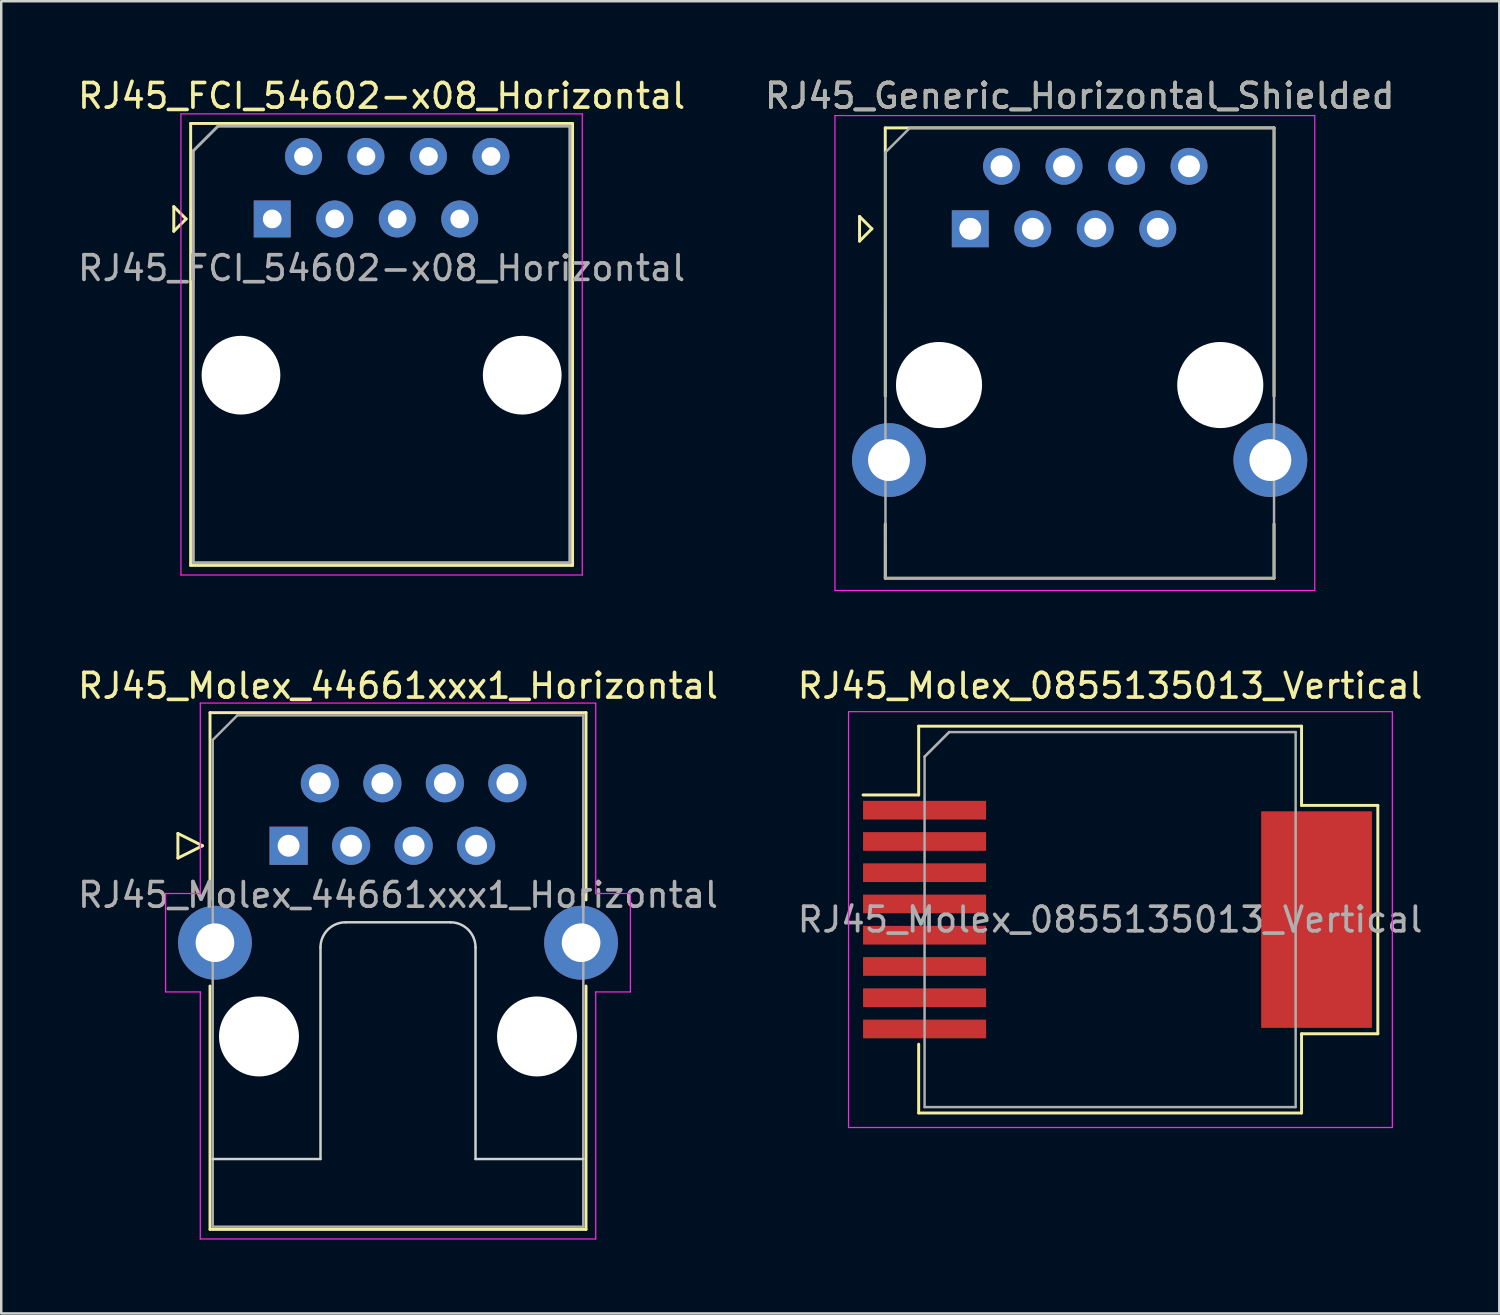
<source format=kicad_pcb>
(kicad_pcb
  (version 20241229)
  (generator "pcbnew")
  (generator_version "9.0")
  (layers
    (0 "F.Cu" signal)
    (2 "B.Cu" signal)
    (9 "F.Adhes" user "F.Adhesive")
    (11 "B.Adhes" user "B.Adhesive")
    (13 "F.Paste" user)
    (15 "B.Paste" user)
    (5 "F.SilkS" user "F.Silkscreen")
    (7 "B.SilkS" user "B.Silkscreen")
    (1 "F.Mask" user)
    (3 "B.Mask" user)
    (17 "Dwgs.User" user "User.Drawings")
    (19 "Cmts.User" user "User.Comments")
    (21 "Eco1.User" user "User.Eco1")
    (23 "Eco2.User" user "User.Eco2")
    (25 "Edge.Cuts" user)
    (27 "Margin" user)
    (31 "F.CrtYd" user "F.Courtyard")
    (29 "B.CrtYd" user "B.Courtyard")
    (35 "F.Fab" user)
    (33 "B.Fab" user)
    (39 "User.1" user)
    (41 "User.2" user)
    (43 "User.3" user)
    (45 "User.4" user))
  (footprint "RJ45_FCI_54602-x08_Horizontal"
    (layer "F.Cu")
    (at 8.013 5.848)
    (property "Reference" "RJ45_FCI_54602-x08_Horizontal" (at 4.445 -5 0) (layer "F.SilkS") (effects (font (size 1 1) (thickness 0.15))))
    (attr through_hole)
    (fp_line (start -4 -0.5) (end -4 0.5) (stroke (width 0.12) (type solid)) (layer "F.SilkS"))
    (fp_line (start -4 0.5) (end -3.5 0) (stroke (width 0.12) (type solid)) (layer "F.SilkS"))
    (fp_line (start -3.5 0) (end -4 -0.5) (stroke (width 0.12) (type solid)) (layer "F.SilkS"))
    (fp_line (start -3.315 -3.88) (end -3.315 14.08) (stroke (width 0.12) (type solid)) (layer "F.SilkS"))
    (fp_line (start -3.315 14.08) (end 12.205 14.08) (stroke (width 0.12) (type solid)) (layer "F.SilkS"))
    (fp_line (start 12.205 -3.88) (end -3.315 -3.88) (stroke (width 0.12) (type solid)) (layer "F.SilkS"))
    (fp_line (start 12.205 -3.88) (end 12.205 14.08) (stroke (width 0.12) (type solid)) (layer "F.SilkS"))
    (fp_line (start -3.71 -4.27) (end -3.71 14.47) (stroke (width 0.05) (type solid)) (layer "F.CrtYd"))
    (fp_line (start -3.71 -4.27) (end 12.6 -4.27) (stroke (width 0.05) (type solid)) (layer "F.CrtYd"))
    (fp_line (start 12.6 14.47) (end -3.71 14.47) (stroke (width 0.05) (type solid)) (layer "F.CrtYd"))
    (fp_line (start 12.6 14.47) (end 12.6 -4.27) (stroke (width 0.05) (type solid)) (layer "F.CrtYd"))
    (fp_line (start -3.205 -2.77) (end -2.205 -3.77) (stroke (width 0.12) (type solid)) (layer "F.Fab"))
    (fp_line (start -3.205 13.97) (end -3.205 -2.77) (stroke (width 0.12) (type solid)) (layer "F.Fab"))
    (fp_line (start -2.205 -3.77) (end 12.095 -3.77) (stroke (width 0.12) (type solid)) (layer "F.Fab"))
    (fp_line (start 12.095 -3.77) (end 12.095 13.97) (stroke (width 0.12) (type solid)) (layer "F.Fab"))
    (fp_line (start 12.095 13.97) (end -3.205 13.97) (stroke (width 0.12) (type solid)) (layer "F.Fab"))
    (fp_text user "${REFERENCE}" (at 4.445 2 0) (layer "F.Fab") (effects (font (size 1 1) (thickness 0.15))))
    (pad "" np_thru_hole circle (at -1.27 6.35) (size 3.2 3.2) (drill 3.2) (layers "*.Cu" "*.Mask"))
    (pad "" np_thru_hole circle (at 10.16 6.35) (size 3.2 3.2) (drill 3.2) (layers "*.Cu" "*.Mask"))
    (pad "1" thru_hole rect (at 0 0) (size 1.5 1.5) (drill 0.76) (layers "*.Cu" "*.Mask"))
    (pad "2" thru_hole circle (at 1.27 -2.54) (size 1.5 1.5) (drill 0.76) (layers "*.Cu" "*.Mask"))
    (pad "3" thru_hole circle (at 2.54 0) (size 1.5 1.5) (drill 0.76) (layers "*.Cu" "*.Mask"))
    (pad "4" thru_hole circle (at 3.81 -2.54) (size 1.5 1.5) (drill 0.76) (layers "*.Cu" "*.Mask"))
    (pad "5" thru_hole circle (at 5.08 0) (size 1.5 1.5) (drill 0.76) (layers "*.Cu" "*.Mask"))
    (pad "6" thru_hole circle (at 6.35 -2.54) (size 1.5 1.5) (drill 0.76) (layers "*.Cu" "*.Mask"))
    (pad "7" thru_hole circle (at 7.62 0) (size 1.5 1.5) (drill 0.76) (layers "*.Cu" "*.Mask"))
    (pad "8" thru_hole circle (at 8.89 -2.54) (size 1.5 1.5) (drill 0.76) (layers "*.Cu" "*.Mask")))
  (footprint "RJ45_Molex_0855135013_Vertical"
    (layer "F.Cu")
    (at 42.065 34.322)
    (property "Reference" "RJ45_Molex_0855135013_Vertical" (at 0 -9.5 0) (layer "F.SilkS") (effects (font (size 1 1) (thickness 0.15))))
    (attr smd)
    (fp_line (start -7.78 -7.86) (end -7.78 -5.065) (stroke (width 0.12) (type solid)) (layer "F.SilkS"))
    (fp_line (start -7.78 -7.86) (end 7.78 -7.86) (stroke (width 0.12) (type solid)) (layer "F.SilkS"))
    (fp_line (start -7.78 -5.065) (end -10.04 -5.065) (stroke (width 0.12) (type solid)) (layer "F.SilkS"))
    (fp_line (start -7.78 7.86) (end -7.78 5.065) (stroke (width 0.12) (type solid)) (layer "F.SilkS"))
    (fp_line (start 7.78 -7.86) (end 7.78 -4.64) (stroke (width 0.12) (type solid)) (layer "F.SilkS"))
    (fp_line (start 7.78 -4.64) (end 10.88 -4.64) (stroke (width 0.12) (type solid)) (layer "F.SilkS"))
    (fp_line (start 7.78 4.64) (end 7.78 7.86) (stroke (width 0.12) (type solid)) (layer "F.SilkS"))
    (fp_line (start 7.78 7.86) (end -7.78 7.86) (stroke (width 0.12) (type solid)) (layer "F.SilkS"))
    (fp_line (start 10.88 -4.64) (end 10.88 4.64) (stroke (width 0.12) (type solid)) (layer "F.SilkS"))
    (fp_line (start 10.88 4.64) (end 7.78 4.64) (stroke (width 0.12) (type solid)) (layer "F.SilkS"))
    (fp_line (start -10.63 -8.45) (end -10.63 8.45) (stroke (width 0.05) (type solid)) (layer "F.CrtYd"))
    (fp_line (start 11.47 -8.45) (end -10.63 -8.45) (stroke (width 0.05) (type solid)) (layer "F.CrtYd"))
    (fp_line (start 11.47 -8.45) (end 11.47 8.45) (stroke (width 0.05) (type solid)) (layer "F.CrtYd"))
    (fp_line (start 11.47 8.45) (end -10.63 8.45) (stroke (width 0.05) (type solid)) (layer "F.CrtYd"))
    (fp_line (start -7.54 -6.62) (end -7.54 7.62) (stroke (width 0.1) (type solid)) (layer "F.Fab"))
    (fp_line (start -6.54 -7.62) (end -7.54 -6.62) (stroke (width 0.11) (type solid)) (layer "F.Fab"))
    (fp_line (start 7.54 -7.62) (end -6.54 -7.62) (stroke (width 0.1) (type solid)) (layer "F.Fab"))
    (fp_line (start 7.54 7.62) (end -7.54 7.62) (stroke (width 0.1) (type solid)) (layer "F.Fab"))
    (fp_line (start 7.54 7.62) (end 7.54 -7.62) (stroke (width 0.1) (type solid)) (layer "F.Fab"))
    (fp_text user "${REFERENCE}" (at 0 0 0) (layer "F.Fab") (effects (font (size 1 1) (thickness 0.15))))
    (pad "1" smd rect (at -7.54 -4.445 270) (size 0.76 5) (layers "F.Cu" "F.Mask" "F.Paste"))
    (pad "2" smd rect (at -7.54 -3.175 270) (size 0.76 5) (layers "F.Cu" "F.Mask" "F.Paste"))
    (pad "3" smd rect (at -7.54 -1.905 270) (size 0.76 5) (layers "F.Cu" "F.Mask" "F.Paste"))
    (pad "4" smd rect (at -7.54 -0.635 270) (size 0.76 5) (layers "F.Cu" "F.Mask" "F.Paste"))
    (pad "5" smd rect (at -7.54 0.635 270) (size 0.76 5) (layers "F.Cu" "F.Mask" "F.Paste"))
    (pad "6" smd rect (at -7.54 1.905 270) (size 0.76 5) (layers "F.Cu" "F.Mask" "F.Paste"))
    (pad "7" smd rect (at -7.54 3.175 270) (size 0.76 5) (layers "F.Cu" "F.Mask" "F.Paste"))
    (pad "8" smd rect (at -7.54 4.445 270) (size 0.76 5) (layers "F.Cu" "F.Mask" "F.Paste"))
    (pad "L" smd rect (at 8.39 0 270) (size 8.8 4.5) (layers "F.Cu" "F.Mask" "F.Paste")))
  (footprint "RJ45_Molex_44661xxx1_Horizontal"
    (layer "F.Cu")
    (at 8.68 31.322)
    (property "Reference" "RJ45_Molex_44661xxx1_Horizontal" (at 4.445 -6.5 0) (layer "F.SilkS") (effects (font (size 1 1) (thickness 0.15))))
    (attr through_hole)
    (fp_line (start -4.5 -0.5) (end -4.5 0.5) (stroke (width 0.12) (type solid)) (layer "F.SilkS"))
    (fp_line (start -4.5 0.5) (end -3.5 0) (stroke (width 0.12) (type solid)) (layer "F.SilkS"))
    (fp_line (start -3.5 0) (end -4.5 -0.5) (stroke (width 0.12) (type solid)) (layer "F.SilkS"))
    (fp_line (start -3.195 -5.41) (end -3.195 2.2) (stroke (width 0.12) (type solid)) (layer "F.SilkS"))
    (fp_line (start -3.195 5.7) (end -3.195 15.59) (stroke (width 0.12) (type solid)) (layer "F.SilkS"))
    (fp_line (start 12.085 -5.41) (end -3.195 -5.41) (stroke (width 0.12) (type solid)) (layer "F.SilkS"))
    (fp_line (start 12.085 -5.41) (end 12.085 2.2) (stroke (width 0.12) (type solid)) (layer "F.SilkS"))
    (fp_line (start 12.085 5.7) (end 12.085 15.59) (stroke (width 0.12) (type solid)) (layer "F.SilkS"))
    (fp_line (start 12.085 15.59) (end -3.195 15.59) (stroke (width 0.12) (type solid)) (layer "F.SilkS"))
    (fp_line (start -3.085 12.73) (end 1.295 12.73) (stroke (width 0.1) (type solid)) (layer "Edge.Cuts"))
    (fp_line (start 1.295 12.73) (end 1.295 4.13) (stroke (width 0.1) (type solid)) (layer "Edge.Cuts"))
    (fp_line (start 2.315 3.11) (end 6.575 3.11) (stroke (width 0.1) (type solid)) (layer "Edge.Cuts"))
    (fp_line (start 7.595 4.13) (end 7.595 12.73) (stroke (width 0.1) (type solid)) (layer "Edge.Cuts"))
    (fp_line (start 7.595 12.73) (end 11.975 12.73) (stroke (width 0.1) (type solid)) (layer "Edge.Cuts"))
    (fp_arc (start 1.295 4.13) (mid 1.593751 3.408751) (end 2.315 3.11) (stroke (width 0.1) (type solid)) (layer "Edge.Cuts"))
    (fp_arc (start 6.575 3.11) (mid 7.296249 3.408751) (end 7.595 4.13) (stroke (width 0.1) (type solid)) (layer "Edge.Cuts"))
    (fp_line (start -5 1.94) (end -5 5.94) (stroke (width 0.05) (type solid)) (layer "F.CrtYd"))
    (fp_line (start -5 1.94) (end -3.59 1.94) (stroke (width 0.05) (type solid)) (layer "F.CrtYd"))
    (fp_line (start -3.59 -5.8) (end -3.59 1.94) (stroke (width 0.05) (type solid)) (layer "F.CrtYd"))
    (fp_line (start -3.59 -5.8) (end 12.48 -5.8) (stroke (width 0.05) (type solid)) (layer "F.CrtYd"))
    (fp_line (start -3.59 5.94) (end -5 5.94) (stroke (width 0.05) (type solid)) (layer "F.CrtYd"))
    (fp_line (start -3.59 5.94) (end -3.59 15.98) (stroke (width 0.05) (type solid)) (layer "F.CrtYd"))
    (fp_line (start 12.475 1.94) (end 13.885 1.94) (stroke (width 0.05) (type solid)) (layer "F.CrtYd"))
    (fp_line (start 12.48 1.94) (end 12.48 -5.8) (stroke (width 0.05) (type solid)) (layer "F.CrtYd"))
    (fp_line (start 12.48 15.98) (end -3.59 15.98) (stroke (width 0.05) (type solid)) (layer "F.CrtYd"))
    (fp_line (start 12.48 15.98) (end 12.48 5.94) (stroke (width 0.05) (type solid)) (layer "F.CrtYd"))
    (fp_line (start 13.89 5.94) (end 12.48 5.94) (stroke (width 0.05) (type solid)) (layer "F.CrtYd"))
    (fp_line (start 13.89 5.94) (end 13.89 1.94) (stroke (width 0.05) (type solid)) (layer "F.CrtYd"))
    (fp_line (start -3.085 -4.3) (end -2.085 -5.3) (stroke (width 0.1) (type solid)) (layer "F.Fab"))
    (fp_line (start -3.085 15.48) (end -3.085 -4.3) (stroke (width 0.1) (type solid)) (layer "F.Fab"))
    (fp_line (start -2.085 -5.3) (end 11.975 -5.3) (stroke (width 0.1) (type solid)) (layer "F.Fab"))
    (fp_line (start 11.975 -5.3) (end 11.975 15.48) (stroke (width 0.1) (type solid)) (layer "F.Fab"))
    (fp_line (start 11.975 15.48) (end -3.085 15.48) (stroke (width 0.1) (type solid)) (layer "F.Fab"))
    (fp_text user "${REFERENCE}" (at 4.445 2 0) (layer "F.Fab") (effects (font (size 1 1) (thickness 0.15))))
    (pad "" np_thru_hole circle (at -1.205 7.75) (size 3.25 3.25) (drill 3.25) (layers "*.Cu" "*.Mask"))
    (pad "" np_thru_hole circle (at 10.095 7.75) (size 3.25 3.25) (drill 3.25) (layers "*.Cu" "*.Mask"))
    (pad "1" thru_hole rect (at 0 0) (size 1.55 1.55) (drill 0.89) (layers "*.Cu" "*.Mask"))
    (pad "2" thru_hole circle (at 1.27 -2.54) (size 1.55 1.55) (drill 0.89) (layers "*.Cu" "*.Mask"))
    (pad "3" thru_hole circle (at 2.54 0) (size 1.55 1.55) (drill 0.89) (layers "*.Cu" "*.Mask"))
    (pad "4" thru_hole circle (at 3.81 -2.54) (size 1.55 1.55) (drill 0.89) (layers "*.Cu" "*.Mask"))
    (pad "5" thru_hole circle (at 5.08 0) (size 1.55 1.55) (drill 0.89) (layers "*.Cu" "*.Mask"))
    (pad "6" thru_hole circle (at 6.35 -2.54) (size 1.55 1.55) (drill 0.89) (layers "*.Cu" "*.Mask"))
    (pad "7" thru_hole circle (at 7.62 0) (size 1.55 1.55) (drill 0.89) (layers "*.Cu" "*.Mask"))
    (pad "8" thru_hole circle (at 8.89 -2.54) (size 1.55 1.55) (drill 0.89) (layers "*.Cu" "*.Mask"))
    (pad "SH" thru_hole circle (at -2.995 3.94) (size 3 3) (drill 1.57) (layers "*.Cu" "*.Mask"))
    (pad "SH" thru_hole circle (at 11.885 3.94) (size 3 3) (drill 1.57) (layers "*.Cu" "*.Mask")))
  (footprint "RJ45_Generic_Horizontal_Shielded"
    (layer "F.Cu")
    (at 36.382 6.248)
    (property "Reference" "RJ45_Generic_Horizontal_Shielded" (at 4.445 -5.4 0) (layer "F.SilkS") (effects (font (size 1 1) (thickness 0.15))))
    (attr through_hole)
    (fp_line (start -4.5 0.5) (end -4.5 -0.5) (stroke (width 0.12) (type solid)) (layer "F.SilkS"))
    (fp_line (start -4 0) (end -4.5 -0.5) (stroke (width 0.12) (type solid)) (layer "F.SilkS"))
    (fp_line (start -4 0) (end -4.5 0.5) (stroke (width 0.12) (type solid)) (layer "F.SilkS"))
    (fp_line (start -3.455 -4.1) (end -3.455 6.8) (stroke (width 0.12) (type solid)) (layer "F.SilkS"))
    (fp_line (start -3.455 -4.1) (end 12.345 -4.1) (stroke (width 0.12) (type solid)) (layer "F.SilkS"))
    (fp_line (start -3.455 14.2) (end -3.455 12) (stroke (width 0.12) (type solid)) (layer "F.SilkS"))
    (fp_line (start -3.455 14.2) (end 12.345 14.2) (stroke (width 0.12) (type solid)) (layer "F.SilkS"))
    (fp_line (start 12.345 -4.1) (end 12.345 6.8) (stroke (width 0.12) (type solid)) (layer "F.SilkS"))
    (fp_line (start 12.345 14.2) (end 12.345 12) (stroke (width 0.12) (type solid)) (layer "F.SilkS"))
    (fp_line (start -5.5 -4.6) (end -5.5 14.7) (stroke (width 0.05) (type solid)) (layer "F.CrtYd"))
    (fp_line (start -5.5 -4.6) (end 14 -4.6) (stroke (width 0.05) (type solid)) (layer "F.CrtYd"))
    (fp_line (start -5.5 14.7) (end 14 14.7) (stroke (width 0.05) (type solid)) (layer "F.CrtYd"))
    (fp_line (start 14 -4.6) (end 14 14.7) (stroke (width 0.05) (type solid)) (layer "F.CrtYd"))
    (fp_line (start -3.455 -3.1) (end -3.445 14.2) (stroke (width 0.1) (type solid)) (layer "F.Fab"))
    (fp_line (start -3.455 -3.1) (end -2.455 -4.1) (stroke (width 0.1) (type solid)) (layer "F.Fab"))
    (fp_line (start -3.455 14.2) (end 12.345 14.2) (stroke (width 0.1) (type solid)) (layer "F.Fab"))
    (fp_line (start -2.455 -4.1) (end 12.345 -4.1) (stroke (width 0.1) (type solid)) (layer "F.Fab"))
    (fp_line (start 12.345 -4.1) (end 12.345 14.2) (stroke (width 0.1) (type solid)) (layer "F.Fab"))
    (fp_text user "${REFERENCE}" (at 4.445 -5.4 0) (layer "F.Fab") (effects (font (size 1 1) (thickness 0.15))))
    (pad "" np_thru_hole circle (at -1.27 6.35) (size 3.5 3.5) (drill 3.5) (layers "*.Cu" "*.Mask"))
    (pad "" np_thru_hole circle (at 10.16 6.35) (size 3.5 3.5) (drill 3.5) (layers "*.Cu" "*.Mask"))
    (pad "1" thru_hole rect (at 0 0) (size 1.5 1.5) (drill 0.89) (layers "*.Cu" "*.Mask"))
    (pad "2" thru_hole circle (at 1.27 -2.54) (size 1.5 1.5) (drill 0.89) (layers "*.Cu" "*.Mask"))
    (pad "3" thru_hole circle (at 2.54 0) (size 1.5 1.5) (drill 0.89) (layers "*.Cu" "*.Mask"))
    (pad "4" thru_hole circle (at 3.81 -2.54) (size 1.5 1.5) (drill 0.89) (layers "*.Cu" "*.Mask"))
    (pad "5" thru_hole circle (at 5.08 0) (size 1.5 1.5) (drill 0.89) (layers "*.Cu" "*.Mask"))
    (pad "6" thru_hole circle (at 6.35 -2.54) (size 1.5 1.5) (drill 0.89) (layers "*.Cu" "*.Mask"))
    (pad "7" thru_hole circle (at 7.62 0) (size 1.5 1.5) (drill 0.89) (layers "*.Cu" "*.Mask"))
    (pad "8" thru_hole circle (at 8.89 -2.54) (size 1.5 1.5) (drill 0.89) (layers "*.Cu" "*.Mask"))
    (pad "SH" thru_hole circle (at -3.305 9.4) (size 3 3) (drill 1.7) (layers "*.Cu" "*.Mask"))
    (pad "SH" thru_hole circle (at 12.195 9.4) (size 3 3) (drill 1.7) (layers "*.Cu" "*.Mask")))
  (gr_rect
    (start -3 -3)
    (end 57.881 50.327)
    (stroke (width 0.1) (type default))
    (fill no)
    (layer "Edge.Cuts")))
</source>
